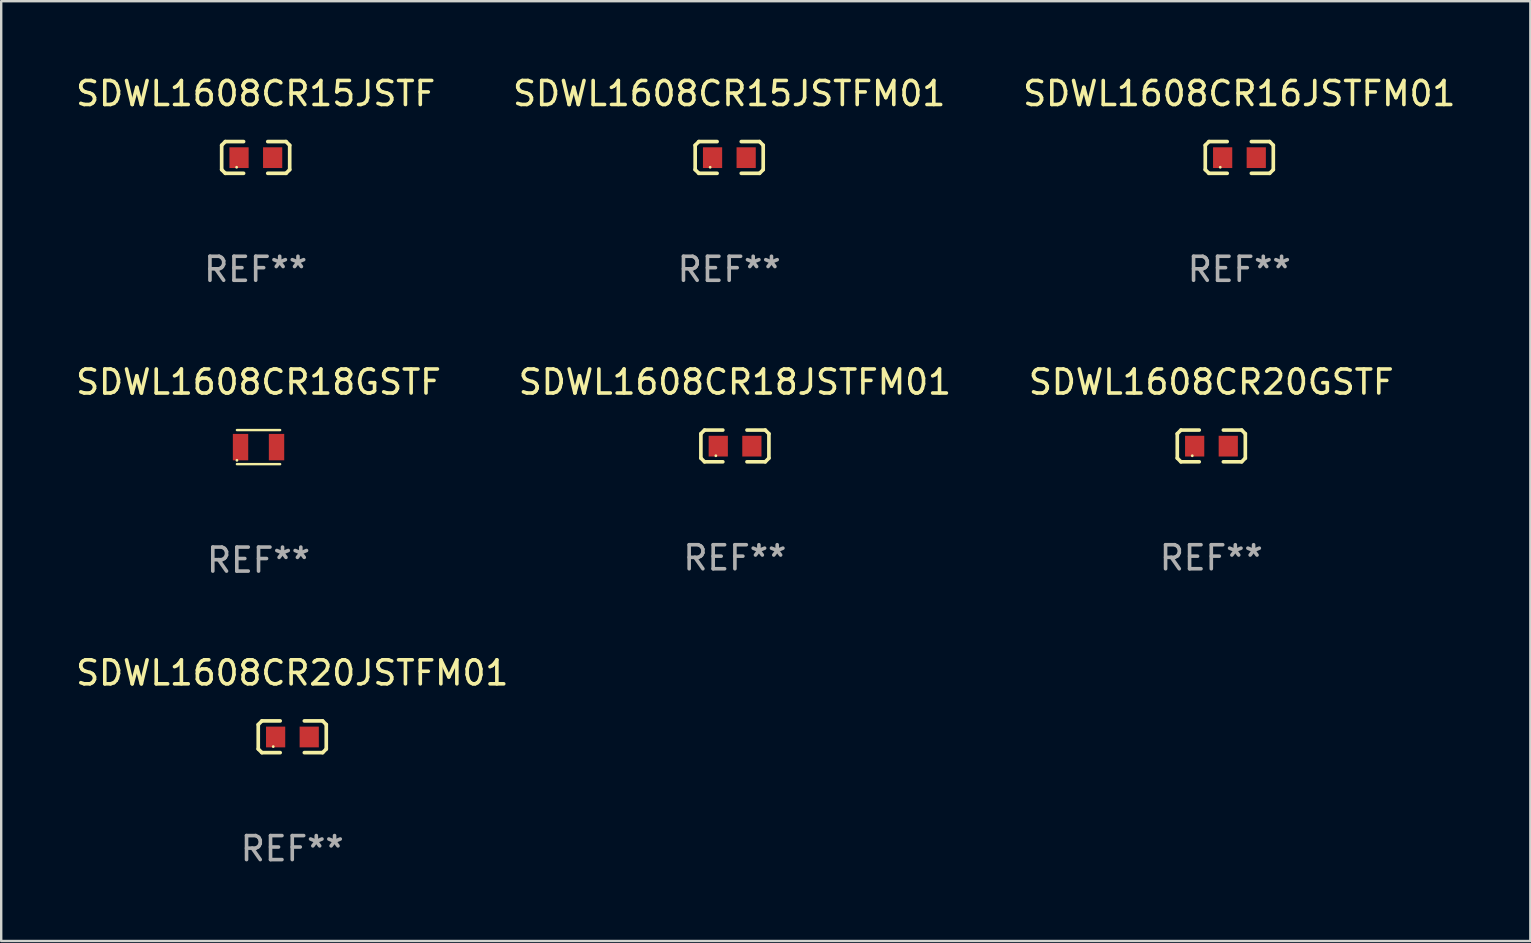
<source format=kicad_pcb>
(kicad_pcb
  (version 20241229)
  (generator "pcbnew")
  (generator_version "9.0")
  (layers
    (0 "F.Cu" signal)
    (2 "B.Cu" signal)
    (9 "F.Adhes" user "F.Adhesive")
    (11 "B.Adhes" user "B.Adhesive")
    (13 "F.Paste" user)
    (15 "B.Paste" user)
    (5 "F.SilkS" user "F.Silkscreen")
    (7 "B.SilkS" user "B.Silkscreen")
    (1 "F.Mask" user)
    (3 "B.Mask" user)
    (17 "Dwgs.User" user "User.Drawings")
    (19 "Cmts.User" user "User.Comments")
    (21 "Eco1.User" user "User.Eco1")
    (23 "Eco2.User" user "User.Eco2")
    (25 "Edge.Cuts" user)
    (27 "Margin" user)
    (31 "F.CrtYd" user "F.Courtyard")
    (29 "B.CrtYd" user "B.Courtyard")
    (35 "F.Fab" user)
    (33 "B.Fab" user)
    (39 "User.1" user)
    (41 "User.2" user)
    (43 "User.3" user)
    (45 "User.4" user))
  (footprint "SDWL1608CR15JSTF"
    (layer "F.Cu")
    (at 7.601 3.509)
    (property "Reference" "SDWL1608CR15JSTF" (at 0 -2.661 0) (layer "F.SilkS") (effects (font (size 1 1) (thickness 0.15))))
    (attr through_hole)
    (fp_line (start -1.417 -0.508) (end -1.265 -0.661) (stroke (width 0.152) (type solid)) (layer "F.SilkS"))
    (fp_line (start -1.417 0.508) (end -1.417 -0.508) (stroke (width 0.152) (type solid)) (layer "F.SilkS"))
    (fp_line (start -1.265 -0.661) (end -0.503 -0.661) (stroke (width 0.152) (type solid)) (layer "F.SilkS"))
    (fp_line (start -1.265 0.661) (end -1.417 0.508) (stroke (width 0.152) (type solid)) (layer "F.SilkS"))
    (fp_line (start -1.265 0.661) (end -0.503 0.661) (stroke (width 0.152) (type solid)) (layer "F.SilkS"))
    (fp_line (start 1.265 -0.661) (end 0.503 -0.661) (stroke (width 0.152) (type solid)) (layer "F.SilkS"))
    (fp_line (start 1.265 -0.661) (end 1.417 -0.508) (stroke (width 0.152) (type solid)) (layer "F.SilkS"))
    (fp_line (start 1.265 0.661) (end 0.503 0.661) (stroke (width 0.152) (type solid)) (layer "F.SilkS"))
    (fp_line (start 1.417 -0.508) (end 1.417 0.508) (stroke (width 0.152) (type solid)) (layer "F.SilkS"))
    (fp_line (start 1.417 0.508) (end 1.265 0.661) (stroke (width 0.152) (type solid)) (layer "F.SilkS"))
    (fp_circle (center -0.793 0.409) (end -0.763 0.409) (stroke (width 0.06) (type solid)) (fill no) (layer "F.SilkS"))
    (fp_text user "REF**" (at 0 4.661 0) (layer "F.Fab") (effects (font (size 1 1) (thickness 0.15))))
    (pad "1" smd rect (at -0.693 0.009 180) (size 0.8 0.864) (layers "F.Cu" "F.Mask" "F.Paste"))
    (pad "2" smd rect (at 0.707 0.009 180) (size 0.8 0.864) (layers "F.Cu" "F.Mask" "F.Paste")))
  (footprint "SDWL1608CR15JSTFM01"
    (layer "F.Cu")
    (at 27.327 3.509)
    (property "Reference" "SDWL1608CR15JSTFM01" (at 0 -2.661 0) (layer "F.SilkS") (effects (font (size 1 1) (thickness 0.15))))
    (attr through_hole)
    (fp_line (start -1.417 -0.508) (end -1.265 -0.661) (stroke (width 0.152) (type solid)) (layer "F.SilkS"))
    (fp_line (start -1.417 0.508) (end -1.417 -0.508) (stroke (width 0.152) (type solid)) (layer "F.SilkS"))
    (fp_line (start -1.265 -0.661) (end -0.503 -0.661) (stroke (width 0.152) (type solid)) (layer "F.SilkS"))
    (fp_line (start -1.265 0.661) (end -1.417 0.508) (stroke (width 0.152) (type solid)) (layer "F.SilkS"))
    (fp_line (start -1.265 0.661) (end -0.503 0.661) (stroke (width 0.152) (type solid)) (layer "F.SilkS"))
    (fp_line (start 1.265 -0.661) (end 0.503 -0.661) (stroke (width 0.152) (type solid)) (layer "F.SilkS"))
    (fp_line (start 1.265 -0.661) (end 1.417 -0.508) (stroke (width 0.152) (type solid)) (layer "F.SilkS"))
    (fp_line (start 1.265 0.661) (end 0.503 0.661) (stroke (width 0.152) (type solid)) (layer "F.SilkS"))
    (fp_line (start 1.417 -0.508) (end 1.417 0.508) (stroke (width 0.152) (type solid)) (layer "F.SilkS"))
    (fp_line (start 1.417 0.508) (end 1.265 0.661) (stroke (width 0.152) (type solid)) (layer "F.SilkS"))
    (fp_circle (center -0.793 0.409) (end -0.763 0.409) (stroke (width 0.06) (type solid)) (fill no) (layer "F.SilkS"))
    (fp_text user "REF**" (at 0 4.661 0) (layer "F.Fab") (effects (font (size 1 1) (thickness 0.15))))
    (pad "1" smd rect (at -0.693 0.009 180) (size 0.8 0.864) (layers "F.Cu" "F.Mask" "F.Paste"))
    (pad "2" smd rect (at 0.707 0.009 180) (size 0.8 0.864) (layers "F.Cu" "F.Mask" "F.Paste")))
  (footprint "SDWL1608CR18GSTF"
    (layer "F.Cu")
    (at 7.72 15.576)
    (property "Reference" "SDWL1608CR18GSTF" (at 0 -2.71 0) (layer "F.SilkS") (effects (font (size 1 1) (thickness 0.15))))
    (attr through_hole)
    (fp_line (start -0.9 -0.71) (end 0.9 -0.71) (stroke (width 0.1) (type solid)) (layer "F.SilkS"))
    (fp_line (start 0.9 0.71) (end -0.9 0.71) (stroke (width 0.1) (type solid)) (layer "F.SilkS"))
    (fp_circle (center -0.9 0.55) (end -0.87 0.55) (stroke (width 0.06) (type solid)) (fill no) (layer "F.SilkS"))
    (fp_text user "REF**" (at 0 4.71 0) (layer "F.Fab") (effects (font (size 1 1) (thickness 0.15))))
    (pad "1" smd rect (at -0.75 0) (size 0.64 1.1) (layers "F.Cu" "F.Mask" "F.Paste"))
    (pad "2" smd rect (at 0.75 0) (size 0.64 1.1) (layers "F.Cu" "F.Mask" "F.Paste")))
  (footprint "SDWL1608CR20GSTF"
    (layer "F.Cu")
    (at 47.411 15.527)
    (property "Reference" "SDWL1608CR20GSTF" (at 0 -2.661 0) (layer "F.SilkS") (effects (font (size 1 1) (thickness 0.15))))
    (attr through_hole)
    (fp_line (start -1.417 -0.508) (end -1.265 -0.661) (stroke (width 0.152) (type solid)) (layer "F.SilkS"))
    (fp_line (start -1.417 0.508) (end -1.417 -0.508) (stroke (width 0.152) (type solid)) (layer "F.SilkS"))
    (fp_line (start -1.265 -0.661) (end -0.503 -0.661) (stroke (width 0.152) (type solid)) (layer "F.SilkS"))
    (fp_line (start -1.265 0.661) (end -1.417 0.508) (stroke (width 0.152) (type solid)) (layer "F.SilkS"))
    (fp_line (start -1.265 0.661) (end -0.503 0.661) (stroke (width 0.152) (type solid)) (layer "F.SilkS"))
    (fp_line (start 1.265 -0.661) (end 0.503 -0.661) (stroke (width 0.152) (type solid)) (layer "F.SilkS"))
    (fp_line (start 1.265 -0.661) (end 1.417 -0.508) (stroke (width 0.152) (type solid)) (layer "F.SilkS"))
    (fp_line (start 1.265 0.661) (end 0.503 0.661) (stroke (width 0.152) (type solid)) (layer "F.SilkS"))
    (fp_line (start 1.417 -0.508) (end 1.417 0.508) (stroke (width 0.152) (type solid)) (layer "F.SilkS"))
    (fp_line (start 1.417 0.508) (end 1.265 0.661) (stroke (width 0.152) (type solid)) (layer "F.SilkS"))
    (fp_circle (center -0.793 0.409) (end -0.763 0.409) (stroke (width 0.06) (type solid)) (fill no) (layer "F.SilkS"))
    (fp_text user "REF**" (at 0 4.661 0) (layer "F.Fab") (effects (font (size 1 1) (thickness 0.15))))
    (pad "1" smd rect (at -0.693 0.009 180) (size 0.8 0.864) (layers "F.Cu" "F.Mask" "F.Paste"))
    (pad "2" smd rect (at 0.707 0.009 180) (size 0.8 0.864) (layers "F.Cu" "F.Mask" "F.Paste")))
  (footprint "SDWL1608CR20JSTFM01"
    (layer "F.Cu")
    (at 9.125 27.643)
    (property "Reference" "SDWL1608CR20JSTFM01" (at 0 -2.661 0) (layer "F.SilkS") (effects (font (size 1 1) (thickness 0.15))))
    (attr through_hole)
    (fp_line (start -1.417 -0.508) (end -1.265 -0.661) (stroke (width 0.152) (type solid)) (layer "F.SilkS"))
    (fp_line (start -1.417 0.508) (end -1.417 -0.508) (stroke (width 0.152) (type solid)) (layer "F.SilkS"))
    (fp_line (start -1.265 -0.661) (end -0.503 -0.661) (stroke (width 0.152) (type solid)) (layer "F.SilkS"))
    (fp_line (start -1.265 0.661) (end -1.417 0.508) (stroke (width 0.152) (type solid)) (layer "F.SilkS"))
    (fp_line (start -1.265 0.661) (end -0.503 0.661) (stroke (width 0.152) (type solid)) (layer "F.SilkS"))
    (fp_line (start 1.265 -0.661) (end 0.503 -0.661) (stroke (width 0.152) (type solid)) (layer "F.SilkS"))
    (fp_line (start 1.265 -0.661) (end 1.417 -0.508) (stroke (width 0.152) (type solid)) (layer "F.SilkS"))
    (fp_line (start 1.265 0.661) (end 0.503 0.661) (stroke (width 0.152) (type solid)) (layer "F.SilkS"))
    (fp_line (start 1.417 -0.508) (end 1.417 0.508) (stroke (width 0.152) (type solid)) (layer "F.SilkS"))
    (fp_line (start 1.417 0.508) (end 1.265 0.661) (stroke (width 0.152) (type solid)) (layer "F.SilkS"))
    (fp_circle (center -0.793 0.409) (end -0.763 0.409) (stroke (width 0.06) (type solid)) (fill no) (layer "F.SilkS"))
    (fp_text user "REF**" (at 0 4.661 0) (layer "F.Fab") (effects (font (size 1 1) (thickness 0.15))))
    (pad "1" smd rect (at -0.693 0.009 180) (size 0.8 0.864) (layers "F.Cu" "F.Mask" "F.Paste"))
    (pad "2" smd rect (at 0.707 0.009 180) (size 0.8 0.864) (layers "F.Cu" "F.Mask" "F.Paste")))
  (footprint "SDWL1608CR16JSTFM01"
    (layer "F.Cu")
    (at 48.577 3.509)
    (property "Reference" "SDWL1608CR16JSTFM01" (at 0 -2.661 0) (layer "F.SilkS") (effects (font (size 1 1) (thickness 0.15))))
    (attr through_hole)
    (fp_line (start -1.417 -0.508) (end -1.265 -0.661) (stroke (width 0.152) (type solid)) (layer "F.SilkS"))
    (fp_line (start -1.417 0.508) (end -1.417 -0.508) (stroke (width 0.152) (type solid)) (layer "F.SilkS"))
    (fp_line (start -1.265 -0.661) (end -0.503 -0.661) (stroke (width 0.152) (type solid)) (layer "F.SilkS"))
    (fp_line (start -1.265 0.661) (end -1.417 0.508) (stroke (width 0.152) (type solid)) (layer "F.SilkS"))
    (fp_line (start -1.265 0.661) (end -0.503 0.661) (stroke (width 0.152) (type solid)) (layer "F.SilkS"))
    (fp_line (start 1.265 -0.661) (end 0.503 -0.661) (stroke (width 0.152) (type solid)) (layer "F.SilkS"))
    (fp_line (start 1.265 -0.661) (end 1.417 -0.508) (stroke (width 0.152) (type solid)) (layer "F.SilkS"))
    (fp_line (start 1.265 0.661) (end 0.503 0.661) (stroke (width 0.152) (type solid)) (layer "F.SilkS"))
    (fp_line (start 1.417 -0.508) (end 1.417 0.508) (stroke (width 0.152) (type solid)) (layer "F.SilkS"))
    (fp_line (start 1.417 0.508) (end 1.265 0.661) (stroke (width 0.152) (type solid)) (layer "F.SilkS"))
    (fp_circle (center -0.793 0.409) (end -0.763 0.409) (stroke (width 0.06) (type solid)) (fill no) (layer "F.SilkS"))
    (fp_text user "REF**" (at 0 4.661 0) (layer "F.Fab") (effects (font (size 1 1) (thickness 0.15))))
    (pad "1" smd rect (at -0.693 0.009 180) (size 0.8 0.864) (layers "F.Cu" "F.Mask" "F.Paste"))
    (pad "2" smd rect (at 0.707 0.009 180) (size 0.8 0.864) (layers "F.Cu" "F.Mask" "F.Paste")))
  (footprint "SDWL1608CR18JSTFM01"
    (layer "F.Cu")
    (at 27.565 15.527)
    (property "Reference" "SDWL1608CR18JSTFM01" (at 0 -2.661 0) (layer "F.SilkS") (effects (font (size 1 1) (thickness 0.15))))
    (attr through_hole)
    (fp_line (start -1.417 -0.508) (end -1.265 -0.661) (stroke (width 0.152) (type solid)) (layer "F.SilkS"))
    (fp_line (start -1.417 0.508) (end -1.417 -0.508) (stroke (width 0.152) (type solid)) (layer "F.SilkS"))
    (fp_line (start -1.265 -0.661) (end -0.503 -0.661) (stroke (width 0.152) (type solid)) (layer "F.SilkS"))
    (fp_line (start -1.265 0.661) (end -1.417 0.508) (stroke (width 0.152) (type solid)) (layer "F.SilkS"))
    (fp_line (start -1.265 0.661) (end -0.503 0.661) (stroke (width 0.152) (type solid)) (layer "F.SilkS"))
    (fp_line (start 1.265 -0.661) (end 0.503 -0.661) (stroke (width 0.152) (type solid)) (layer "F.SilkS"))
    (fp_line (start 1.265 -0.661) (end 1.417 -0.508) (stroke (width 0.152) (type solid)) (layer "F.SilkS"))
    (fp_line (start 1.265 0.661) (end 0.503 0.661) (stroke (width 0.152) (type solid)) (layer "F.SilkS"))
    (fp_line (start 1.417 -0.508) (end 1.417 0.508) (stroke (width 0.152) (type solid)) (layer "F.SilkS"))
    (fp_line (start 1.417 0.508) (end 1.265 0.661) (stroke (width 0.152) (type solid)) (layer "F.SilkS"))
    (fp_circle (center -0.793 0.409) (end -0.763 0.409) (stroke (width 0.06) (type solid)) (fill no) (layer "F.SilkS"))
    (fp_text user "REF**" (at 0 4.661 0) (layer "F.Fab") (effects (font (size 1 1) (thickness 0.15))))
    (pad "1" smd rect (at -0.693 0.009 180) (size 0.8 0.864) (layers "F.Cu" "F.Mask" "F.Paste"))
    (pad "2" smd rect (at 0.707 0.009 180) (size 0.8 0.864) (layers "F.Cu" "F.Mask" "F.Paste")))
  (gr_rect
    (start -3 -3)
    (end 60.702 36.152)
    (stroke (width 0.1) (type default))
    (fill no)
    (layer "Edge.Cuts")))
</source>
